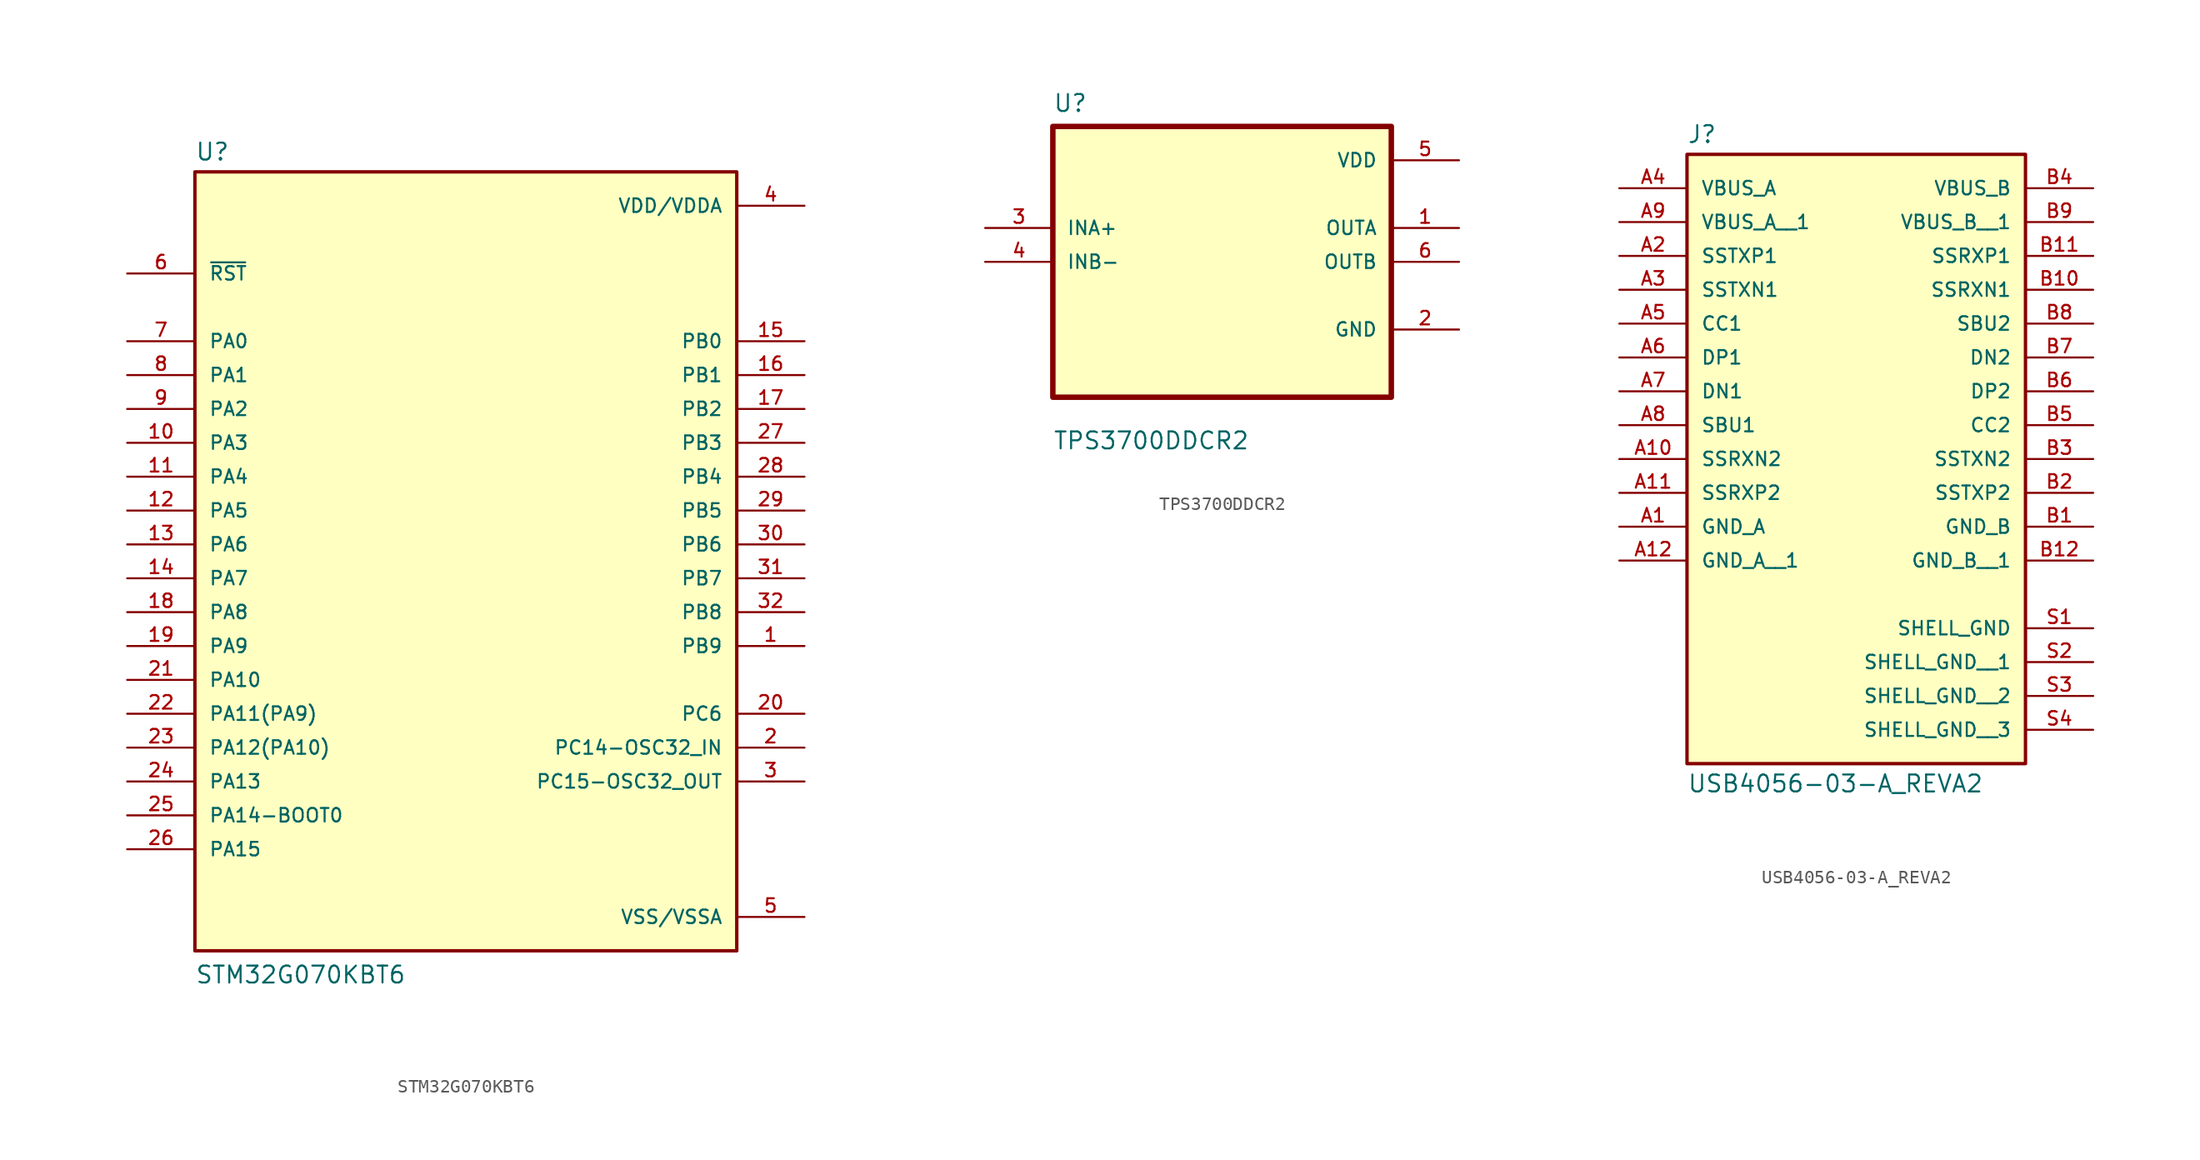
<source format=kicad_sym>
(kicad_symbol_lib
  (version 20241209)
  (generator "kicad_symbol_editor")
  (generator_version "9.0")
  (symbol "STM32G070KBT6"
    (pin_names
      (offset 1.016))
    (property "Reference" "U"
      (at -20.32 28.702 0)
      (effects (font (size 1.27 1.27)) (justify left bottom)))
    (property "Value" "STM32G070KBT6"
      (at -20.32 -33.02 0)
      (effects (font (size 1.27 1.27)) (justify left bottom)))
    (symbol "STM32G070KBT6_0_0"
      (rectangle (start -20.32 -30.48) (end 20.32 27.94) (stroke (width 0.254) (type default)) (fill (type background)))
      (pin bidirectional line (at -25.4 20.32 0) (length 5.08) (name "~{RST}" (effects (font (size 1.016 1.016)))) (number "6" (effects (font (size 1.016 1.016)))))
      (pin bidirectional line (at -25.4 15.24 0) (length 5.08) (name "PA0" (effects (font (size 1.016 1.016)))) (number "7" (effects (font (size 1.016 1.016)))))
      (pin bidirectional line (at -25.4 12.7 0) (length 5.08) (name "PA1" (effects (font (size 1.016 1.016)))) (number "8" (effects (font (size 1.016 1.016)))))
      (pin bidirectional line (at -25.4 10.16 0) (length 5.08) (name "PA2" (effects (font (size 1.016 1.016)))) (number "9" (effects (font (size 1.016 1.016)))))
      (pin bidirectional line (at -25.4 7.62 0) (length 5.08) (name "PA3" (effects (font (size 1.016 1.016)))) (number "10" (effects (font (size 1.016 1.016)))))
      (pin bidirectional line (at -25.4 5.08 0) (length 5.08) (name "PA4" (effects (font (size 1.016 1.016)))) (number "11" (effects (font (size 1.016 1.016)))))
      (pin bidirectional line (at -25.4 2.54 0) (length 5.08) (name "PA5" (effects (font (size 1.016 1.016)))) (number "12" (effects (font (size 1.016 1.016)))))
      (pin bidirectional line (at -25.4 0 0) (length 5.08) (name "PA6" (effects (font (size 1.016 1.016)))) (number "13" (effects (font (size 1.016 1.016)))))
      (pin bidirectional line (at -25.4 -2.54 0) (length 5.08) (name "PA7" (effects (font (size 1.016 1.016)))) (number "14" (effects (font (size 1.016 1.016)))))
      (pin bidirectional line (at -25.4 -5.08 0) (length 5.08) (name "PA8" (effects (font (size 1.016 1.016)))) (number "18" (effects (font (size 1.016 1.016)))))
      (pin bidirectional line (at -25.4 -7.62 0) (length 5.08) (name "PA9" (effects (font (size 1.016 1.016)))) (number "19" (effects (font (size 1.016 1.016)))))
      (pin bidirectional line (at -25.4 -10.16 0) (length 5.08) (name "PA10" (effects (font (size 1.016 1.016)))) (number "21" (effects (font (size 1.016 1.016)))))
      (pin bidirectional line (at -25.4 -12.7 0) (length 5.08) (name "PA11(PA9)" (effects (font (size 1.016 1.016)))) (number "22" (effects (font (size 1.016 1.016)))))
      (pin bidirectional line (at -25.4 -15.24 0) (length 5.08) (name "PA12(PA10)" (effects (font (size 1.016 1.016)))) (number "23" (effects (font (size 1.016 1.016)))))
      (pin bidirectional line (at -25.4 -17.78 0) (length 5.08) (name "PA13" (effects (font (size 1.016 1.016)))) (number "24" (effects (font (size 1.016 1.016)))))
      (pin bidirectional line (at -25.4 -20.32 0) (length 5.08) (name "PA14-BOOT0" (effects (font (size 1.016 1.016)))) (number "25" (effects (font (size 1.016 1.016)))))
      (pin bidirectional line (at -25.4 -22.86 0) (length 5.08) (name "PA15" (effects (font (size 1.016 1.016)))) (number "26" (effects (font (size 1.016 1.016)))))
      (pin power_in line (at 25.4 25.4 180) (length 5.08) (name "VDD/VDDA" (effects (font (size 1.016 1.016)))) (number "4" (effects (font (size 1.016 1.016)))))
      (pin bidirectional line (at 25.4 15.24 180) (length 5.08) (name "PB0" (effects (font (size 1.016 1.016)))) (number "15" (effects (font (size 1.016 1.016)))))
      (pin bidirectional line (at 25.4 12.7 180) (length 5.08) (name "PB1" (effects (font (size 1.016 1.016)))) (number "16" (effects (font (size 1.016 1.016)))))
      (pin bidirectional line (at 25.4 10.16 180) (length 5.08) (name "PB2" (effects (font (size 1.016 1.016)))) (number "17" (effects (font (size 1.016 1.016)))))
      (pin bidirectional line (at 25.4 7.62 180) (length 5.08) (name "PB3" (effects (font (size 1.016 1.016)))) (number "27" (effects (font (size 1.016 1.016)))))
      (pin bidirectional line (at 25.4 5.08 180) (length 5.08) (name "PB4" (effects (font (size 1.016 1.016)))) (number "28" (effects (font (size 1.016 1.016)))))
      (pin bidirectional line (at 25.4 2.54 180) (length 5.08) (name "PB5" (effects (font (size 1.016 1.016)))) (number "29" (effects (font (size 1.016 1.016)))))
      (pin bidirectional line (at 25.4 0 180) (length 5.08) (name "PB6" (effects (font (size 1.016 1.016)))) (number "30" (effects (font (size 1.016 1.016)))))
      (pin bidirectional line (at 25.4 -2.54 180) (length 5.08) (name "PB7" (effects (font (size 1.016 1.016)))) (number "31" (effects (font (size 1.016 1.016)))))
      (pin bidirectional line (at 25.4 -5.08 180) (length 5.08) (name "PB8" (effects (font (size 1.016 1.016)))) (number "32" (effects (font (size 1.016 1.016)))))
      (pin bidirectional line (at 25.4 -7.62 180) (length 5.08) (name "PB9" (effects (font (size 1.016 1.016)))) (number "1" (effects (font (size 1.016 1.016)))))
      (pin bidirectional line (at 25.4 -12.7 180) (length 5.08) (name "PC6" (effects (font (size 1.016 1.016)))) (number "20" (effects (font (size 1.016 1.016)))))
      (pin bidirectional line (at 25.4 -15.24 180) (length 5.08) (name "PC14-OSC32_IN" (effects (font (size 1.016 1.016)))) (number "2" (effects (font (size 1.016 1.016)))))
      (pin bidirectional line (at 25.4 -17.78 180) (length 5.08) (name "PC15-OSC32_OUT" (effects (font (size 1.016 1.016)))) (number "3" (effects (font (size 1.016 1.016)))))
      (pin power_in line (at 25.4 -27.94 180) (length 5.08) (name "VSS/VSSA" (effects (font (size 1.016 1.016)))) (number "5" (effects (font (size 1.016 1.016)))))))
  (symbol "TPS3700DDCR2"
    (pin_names
      (offset 1.016))
    (property "Reference" "U"
      (at -12.7 11.16 0)
      (effects (font (size 1.27 1.27)) (justify left bottom)))
    (property "Value" "TPS3700DDCR2"
      (at -12.7 -14.16 0)
      (effects (font (size 1.27 1.27)) (justify left bottom)))
    (symbol "TPS3700DDCR2_0_0"
      (rectangle (start -12.7 -10.16) (end 12.7 10.16) (stroke (width 0.41) (type default)) (fill (type background)))
      (pin input line (at -17.78 2.54 0) (length 5.08) (name "INA+" (effects (font (size 1.016 1.016)))) (number "3" (effects (font (size 1.016 1.016)))))
      (pin input line (at -17.78 0 0) (length 5.08) (name "INB-" (effects (font (size 1.016 1.016)))) (number "4" (effects (font (size 1.016 1.016)))))
      (pin power_in line (at 17.78 7.62 180) (length 5.08) (name "VDD" (effects (font (size 1.016 1.016)))) (number "5" (effects (font (size 1.016 1.016)))))
      (pin output line (at 17.78 2.54 180) (length 5.08) (name "OUTA" (effects (font (size 1.016 1.016)))) (number "1" (effects (font (size 1.016 1.016)))))
      (pin output line (at 17.78 0 180) (length 5.08) (name "OUTB" (effects (font (size 1.016 1.016)))) (number "6" (effects (font (size 1.016 1.016)))))
      (pin power_in line (at 17.78 -5.08 180) (length 5.08) (name "GND" (effects (font (size 1.016 1.016)))) (number "2" (effects (font (size 1.016 1.016)))))))
  (symbol "USB4056-03-A_REVA2"
    (pin_names
      (offset 1.016))
    (property "Reference" "J"
      (at -12.7 16.002 0)
      (effects (font (size 1.27 1.27)) (justify left bottom)))
    (property "Value" "USB4056-03-A_REVA2"
      (at -12.7 -31.242 0)
      (effects (font (size 1.27 1.27)) (justify left top)))
    (symbol "USB4056-03-A_REVA2_0_0"
      (rectangle (start -12.7 -30.48) (end 12.7 15.24) (stroke (width 0.254) (type default)) (fill (type background)))
      (pin bidirectional line (at -17.78 7.62 0) (length 5.08) (name "SSTXP1" (effects (font (size 1.016 1.016)))) (number "A2" (effects (font (size 1.016 1.016)))))
      (pin bidirectional line (at -17.78 5.08 0) (length 5.08) (name "SSTXN1" (effects (font (size 1.016 1.016)))) (number "A3" (effects (font (size 1.016 1.016)))))
      (pin bidirectional line (at -17.78 2.54 0) (length 5.08) (name "CC1" (effects (font (size 1.016 1.016)))) (number "A5" (effects (font (size 1.016 1.016)))))
      (pin bidirectional line (at -17.78 0 0) (length 5.08) (name "DP1" (effects (font (size 1.016 1.016)))) (number "A6" (effects (font (size 1.016 1.016)))))
      (pin bidirectional line (at -17.78 -2.54 0) (length 5.08) (name "DN1" (effects (font (size 1.016 1.016)))) (number "A7" (effects (font (size 1.016 1.016)))))
      (pin bidirectional line (at -17.78 -5.08 0) (length 5.08) (name "SBU1" (effects (font (size 1.016 1.016)))) (number "A8" (effects (font (size 1.016 1.016)))))
      (pin bidirectional line (at -17.78 -7.62 0) (length 5.08) (name "SSRXN2" (effects (font (size 1.016 1.016)))) (number "A10" (effects (font (size 1.016 1.016)))))
      (pin bidirectional line (at -17.78 -10.16 0) (length 5.08) (name "SSRXP2" (effects (font (size 1.016 1.016)))) (number "A11" (effects (font (size 1.016 1.016)))))
      (pin power_in line (at -17.78 -12.7 0) (length 5.08) (name "GND_A" (effects (font (size 1.016 1.016)))) (number "A1" (effects (font (size 1.016 1.016)))))
      (pin power_in line (at -17.78 -15.24 0) (length 5.08) (name "GND_A__1" (effects (font (size 1.016 1.016)))) (number "A12" (effects (font (size 1.016 1.016)))))
      (pin bidirectional line (at 17.78 7.62 180) (length 5.08) (name "SSRXP1" (effects (font (size 1.016 1.016)))) (number "B11" (effects (font (size 1.016 1.016)))))
      (pin bidirectional line (at 17.78 5.08 180) (length 5.08) (name "SSRXN1" (effects (font (size 1.016 1.016)))) (number "B10" (effects (font (size 1.016 1.016)))))
      (pin bidirectional line (at 17.78 2.54 180) (length 5.08) (name "SBU2" (effects (font (size 1.016 1.016)))) (number "B8" (effects (font (size 1.016 1.016)))))
      (pin bidirectional line (at 17.78 0 180) (length 5.08) (name "DN2" (effects (font (size 1.016 1.016)))) (number "B7" (effects (font (size 1.016 1.016)))))
      (pin bidirectional line (at 17.78 -2.54 180) (length 5.08) (name "DP2" (effects (font (size 1.016 1.016)))) (number "B6" (effects (font (size 1.016 1.016)))))
      (pin bidirectional line (at 17.78 -5.08 180) (length 5.08) (name "CC2" (effects (font (size 1.016 1.016)))) (number "B5" (effects (font (size 1.016 1.016)))))
      (pin bidirectional line (at 17.78 -7.62 180) (length 5.08) (name "SSTXN2" (effects (font (size 1.016 1.016)))) (number "B3" (effects (font (size 1.016 1.016)))))
      (pin bidirectional line (at 17.78 -10.16 180) (length 5.08) (name "SSTXP2" (effects (font (size 1.016 1.016)))) (number "B2" (effects (font (size 1.016 1.016)))))
      (pin power_in line (at 17.78 -12.7 180) (length 5.08) (name "GND_B" (effects (font (size 1.016 1.016)))) (number "B1" (effects (font (size 1.016 1.016)))))
      (pin power_in line (at 17.78 -15.24 180) (length 5.08) (name "GND_B__1" (effects (font (size 1.016 1.016)))) (number "B12" (effects (font (size 1.016 1.016)))))
      (pin power_in line (at 17.78 -20.32 180) (length 5.08) (name "SHELL_GND" (effects (font (size 1.016 1.016)))) (number "S1" (effects (font (size 1.016 1.016)))))
      (pin power_in line (at 17.78 -22.86 180) (length 5.08) (name "SHELL_GND__1" (effects (font (size 1.016 1.016)))) (number "S2" (effects (font (size 1.016 1.016)))))
      (pin power_in line (at 17.78 -25.4 180) (length 5.08) (name "SHELL_GND__2" (effects (font (size 1.016 1.016)))) (number "S3" (effects (font (size 1.016 1.016)))))
      (pin power_in line (at 17.78 -27.94 180) (length 5.08) (name "SHELL_GND__3" (effects (font (size 1.016 1.016)))) (number "S4" (effects (font (size 1.016 1.016))))))
    (symbol "USB4056-03-A_REVA2_1_0"
      (pin passive line (at -17.78 12.7 0) (length 5.08) (name "VBUS_A" (effects (font (size 1.016 1.016)))) (number "A4" (effects (font (size 1.016 1.016)))))
      (pin passive line (at -17.78 10.16 0) (length 5.08) (name "VBUS_A__1" (effects (font (size 1.016 1.016)))) (number "A9" (effects (font (size 1.016 1.016)))))
      (pin passive line (at 17.78 12.7 180) (length 5.08) (name "VBUS_B" (effects (font (size 1.016 1.016)))) (number "B4" (effects (font (size 1.016 1.016)))))
      (pin passive line (at 17.78 10.16 180) (length 5.08) (name "VBUS_B__1" (effects (font (size 1.016 1.016)))) (number "B9" (effects (font (size 1.016 1.016))))))))
</source>
